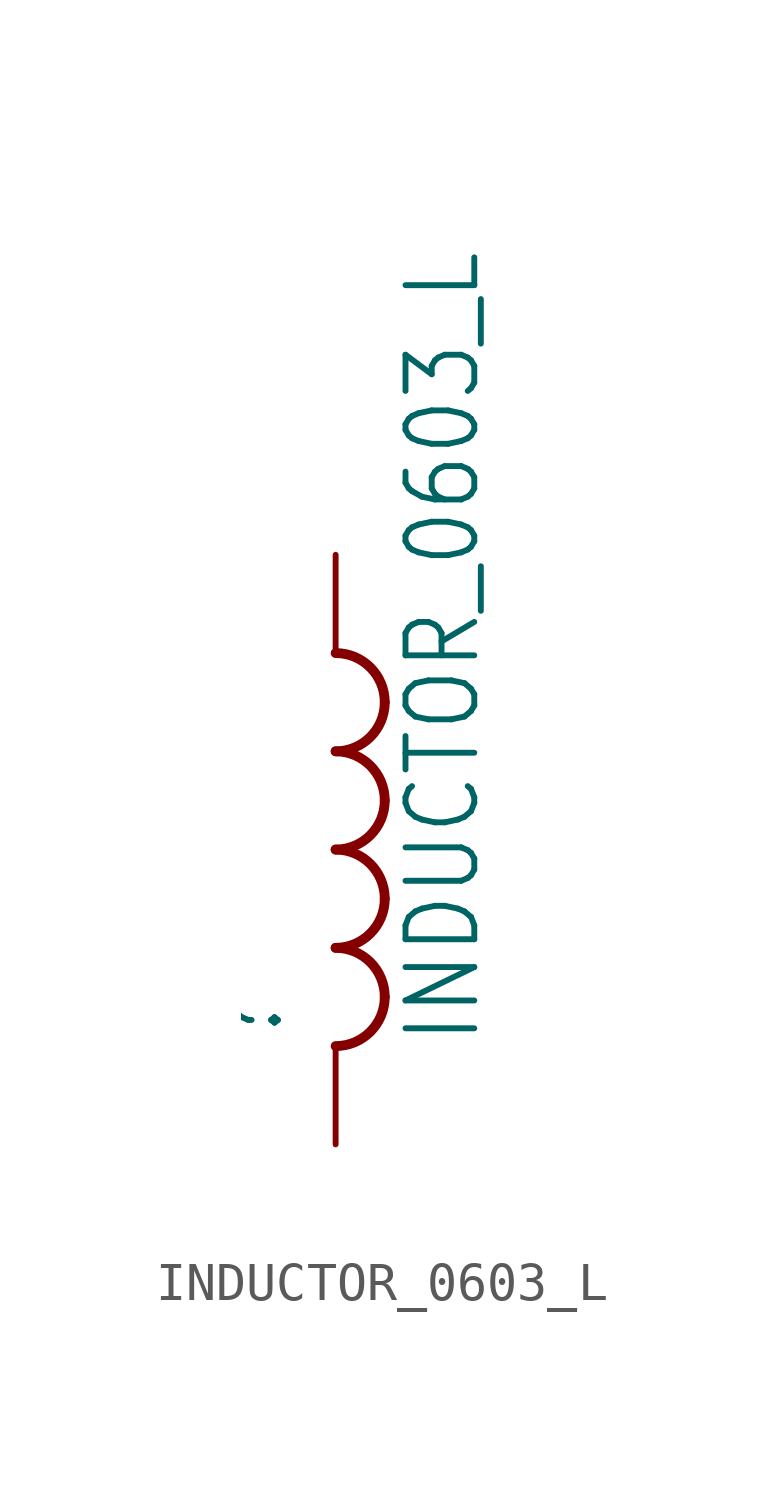
<source format=kicad_sym>
(kicad_symbol_lib
  (version 20211014)
  (generator kicad_symbol_editor)
  (symbol "INDUCTOR_0603_L"
    (property "Reference" ""
      (at -1.27 -5.08 90)
      (effects (font (size 1.778 1.511)) (justify left bottom)))
    (property "Value" "INDUCTOR_0603_L"
      (at 3.81 -5.08 90)
      (effects (font (size 1.778 1.511)) (justify left bottom)))
    (property "ki_locked" ""
      (at 0 0 0)
      (effects (font (size 1.27 1.27))))
    (symbol "INDUCTOR_0603_L_1_0"
      (arc (start 0 -5.08) (mid 0.898 -4.708) (end 1.27 -3.81) (stroke (width 0.254) (type default) (color 0 0 0 0)) (fill (type none)))
      (arc (start 0 -2.54) (mid 0.898 -2.168) (end 1.27 -1.27) (stroke (width 0.254) (type default) (color 0 0 0 0)) (fill (type none)))
      (arc (start 0 0) (mid 0.898 0.372) (end 1.27 1.27) (stroke (width 0.254) (type default) (color 0 0 0 0)) (fill (type none)))
      (arc (start 0 2.54) (mid 0.898 2.912) (end 1.27 3.81) (stroke (width 0.254) (type default) (color 0 0 0 0)) (fill (type none)))
      (arc (start 1.27 -3.81) (mid 0.898 -2.912) (end 0 -2.54) (stroke (width 0.254) (type default) (color 0 0 0 0)) (fill (type none)))
      (arc (start 1.27 -1.27) (mid 0.898 -0.372) (end 0 0) (stroke (width 0.254) (type default) (color 0 0 0 0)) (fill (type none)))
      (arc (start 1.27 1.27) (mid 0.898 2.168) (end 0 2.54) (stroke (width 0.254) (type default) (color 0 0 0 0)) (fill (type none)))
      (arc (start 1.27 3.81) (mid 0.898 4.708) (end 0 5.08) (stroke (width 0.254) (type default) (color 0 0 0 0)) (fill (type none)))
      (pin passive line (at 0 7.62 270) (length 2.54) (name "1" (effects (font (size 0 0)))) (number "1" (effects (font (size 0 0)))))
      (pin passive line (at 0 -7.62 90) (length 2.54) (name "2" (effects (font (size 0 0)))) (number "2" (effects (font (size 0 0))))))))
</source>
